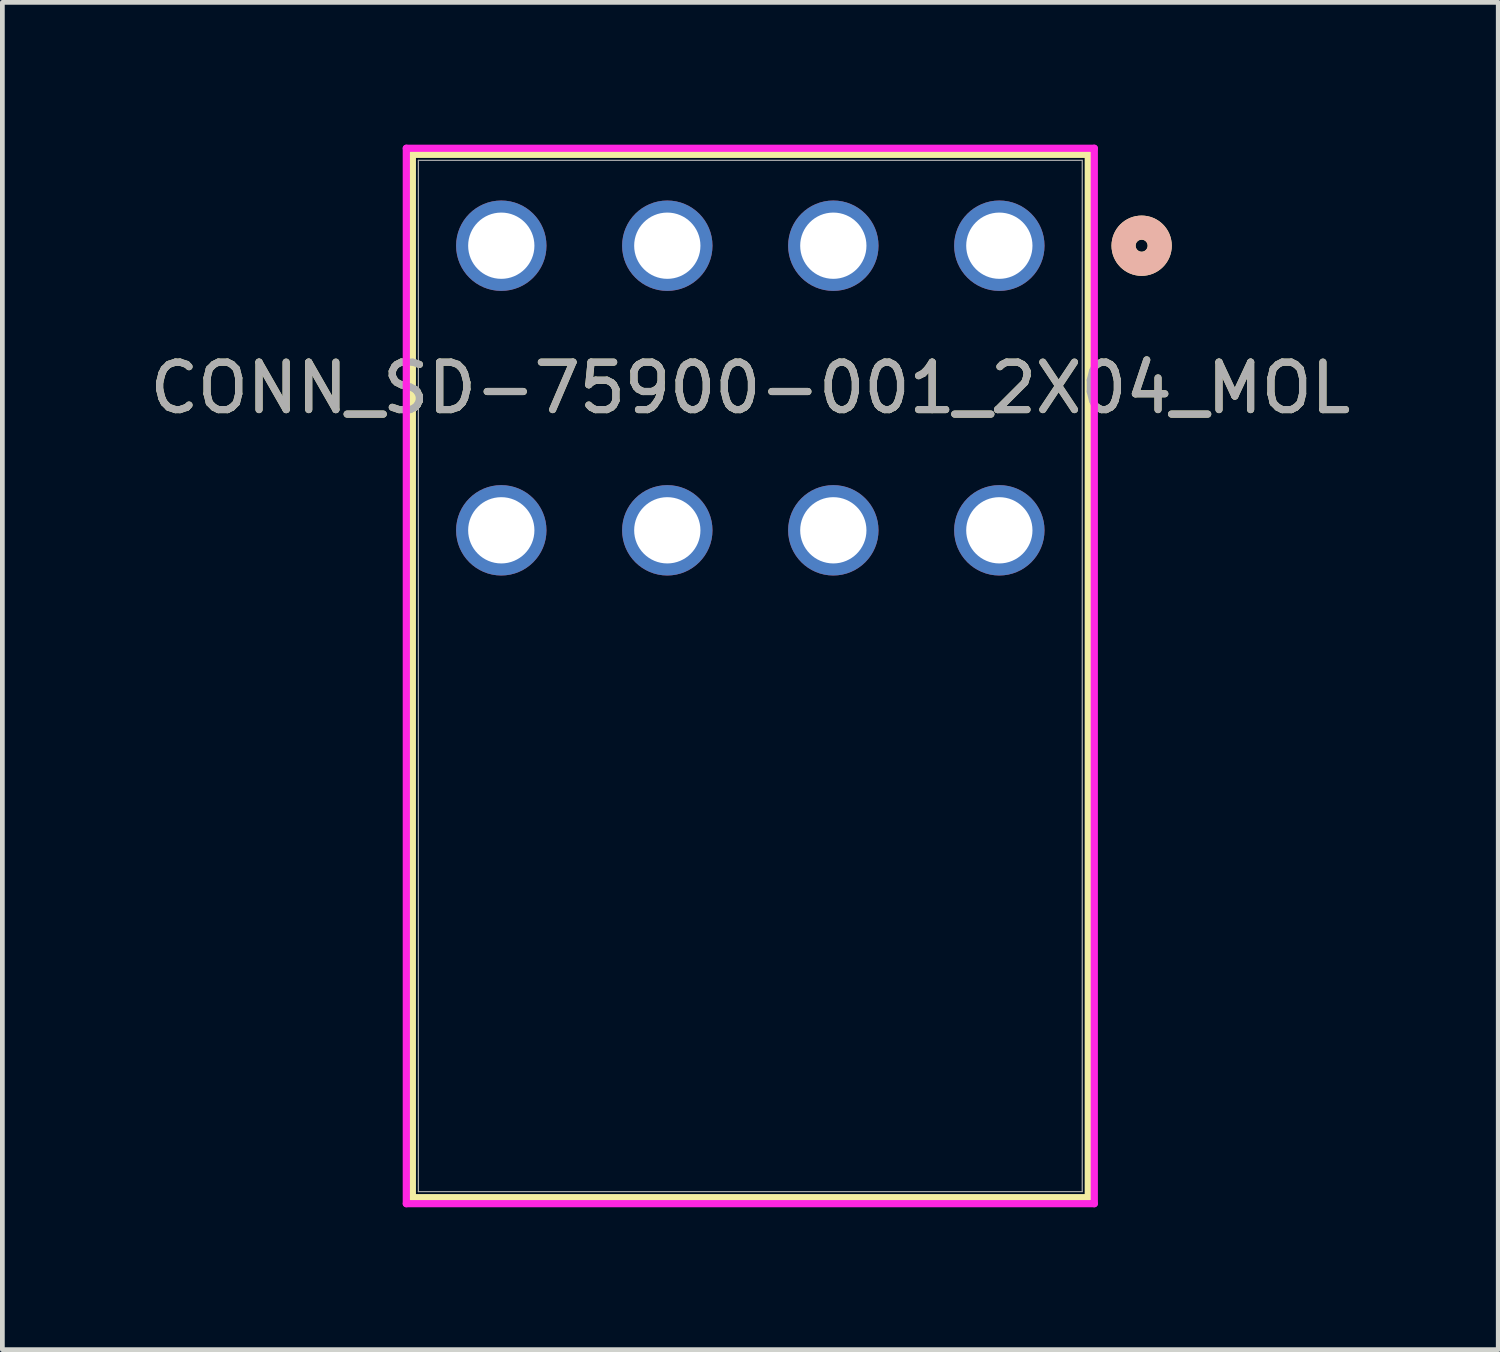
<source format=kicad_pcb>
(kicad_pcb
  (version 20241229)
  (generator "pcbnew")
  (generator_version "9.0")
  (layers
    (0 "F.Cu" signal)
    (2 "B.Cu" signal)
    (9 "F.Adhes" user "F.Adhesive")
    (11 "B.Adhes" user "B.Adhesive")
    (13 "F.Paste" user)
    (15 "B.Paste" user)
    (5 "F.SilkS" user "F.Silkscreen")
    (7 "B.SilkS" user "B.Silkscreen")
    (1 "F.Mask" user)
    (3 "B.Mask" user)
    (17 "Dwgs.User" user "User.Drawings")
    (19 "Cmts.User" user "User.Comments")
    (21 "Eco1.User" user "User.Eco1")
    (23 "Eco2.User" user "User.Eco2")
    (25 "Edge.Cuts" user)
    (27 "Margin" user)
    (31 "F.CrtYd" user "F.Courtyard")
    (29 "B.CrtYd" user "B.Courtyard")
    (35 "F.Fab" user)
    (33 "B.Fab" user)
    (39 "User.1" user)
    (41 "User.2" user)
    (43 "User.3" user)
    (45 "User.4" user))
  (footprint "CONN_SD-75900-001_2X04_MOL"
    (layer "F.Cu")
    (at 7.518 2.13)
    (property "Reference" "CONN_SD-75900-001_2X04_MOL" (at 5.25 3 0) (unlocked yes) (layer "F.SilkS") (effects (font (size 1 1) (thickness 0.15))))
    (attr through_hole)
    (fp_line (start -1.875 -1.927) (end -1.875 20.069) (stroke (width 0.152) (type solid)) (layer "F.SilkS"))
    (fp_line (start -1.875 20.069) (end 12.375 20.069) (stroke (width 0.152) (type solid)) (layer "F.SilkS"))
    (fp_line (start 12.375 -1.927) (end -1.875 -1.927) (stroke (width 0.152) (type solid)) (layer "F.SilkS"))
    (fp_line (start 12.375 20.069) (end 12.375 -1.927) (stroke (width 0.152) (type solid)) (layer "F.SilkS"))
    (fp_circle (center 13.5 0) (end 13.881 0) (stroke (width 0.508) (type solid)) (fill no) (layer "F.SilkS"))
    (fp_circle (center 13.5 0) (end 13.881 0) (stroke (width 0.508) (type solid)) (fill no) (layer "B.SilkS"))
    (fp_line (start -2.002 -2.054) (end -2.002 20.196) (stroke (width 0.152) (type solid)) (layer "F.CrtYd"))
    (fp_line (start -2.002 20.196) (end 12.502 20.196) (stroke (width 0.152) (type solid)) (layer "F.CrtYd"))
    (fp_line (start 12.502 -2.054) (end -2.002 -2.054) (stroke (width 0.152) (type solid)) (layer "F.CrtYd"))
    (fp_line (start 12.502 20.196) (end 12.502 -2.054) (stroke (width 0.152) (type solid)) (layer "F.CrtYd"))
    (fp_line (start -1.748 -1.8) (end -1.748 19.942) (stroke (width 0.025) (type solid)) (layer "F.Fab"))
    (fp_line (start -1.748 19.942) (end 12.248 19.942) (stroke (width 0.025) (type solid)) (layer "F.Fab"))
    (fp_line (start 12.248 -1.8) (end -1.748 -1.8) (stroke (width 0.025) (type solid)) (layer "F.Fab"))
    (fp_line (start 12.248 19.942) (end 12.248 -1.8) (stroke (width 0.025) (type solid)) (layer "F.Fab"))
    (fp_circle (center 0 0) (end 0.381 0) (stroke (width 0.508) (type solid)) (fill no) (layer "F.Fab"))
    (fp_text user "${REFERENCE}" (at 5.25 3 0) (unlocked yes) (layer "F.Fab") (effects (font (size 1 1) (thickness 0.15))))
    (pad "1" thru_hole circle (at 10.5 0) (size 1.905 1.905) (drill 1.397) (layers "*.Cu" "*.Mask"))
    (pad "2" thru_hole circle (at 7 0) (size 1.905 1.905) (drill 1.397) (layers "*.Cu" "*.Mask"))
    (pad "3" thru_hole circle (at 3.5 0) (size 1.905 1.905) (drill 1.397) (layers "*.Cu" "*.Mask"))
    (pad "4" thru_hole circle (at 0 0) (size 1.905 1.905) (drill 1.397) (layers "*.Cu" "*.Mask"))
    (pad "5" thru_hole circle (at 10.5 6) (size 1.905 1.905) (drill 1.397) (layers "*.Cu" "*.Mask"))
    (pad "6" thru_hole circle (at 7 6) (size 1.905 1.905) (drill 1.397) (layers "*.Cu" "*.Mask"))
    (pad "7" thru_hole circle (at 3.5 6) (size 1.905 1.905) (drill 1.397) (layers "*.Cu" "*.Mask"))
    (pad "8" thru_hole circle (at 0 6) (size 1.905 1.905) (drill 1.397) (layers "*.Cu" "*.Mask")))
  (gr_rect
    (start -3 -3)
    (end 28.536 25.403)
    (stroke (width 0.1) (type default))
    (fill no)
    (layer "Edge.Cuts")))
</source>
